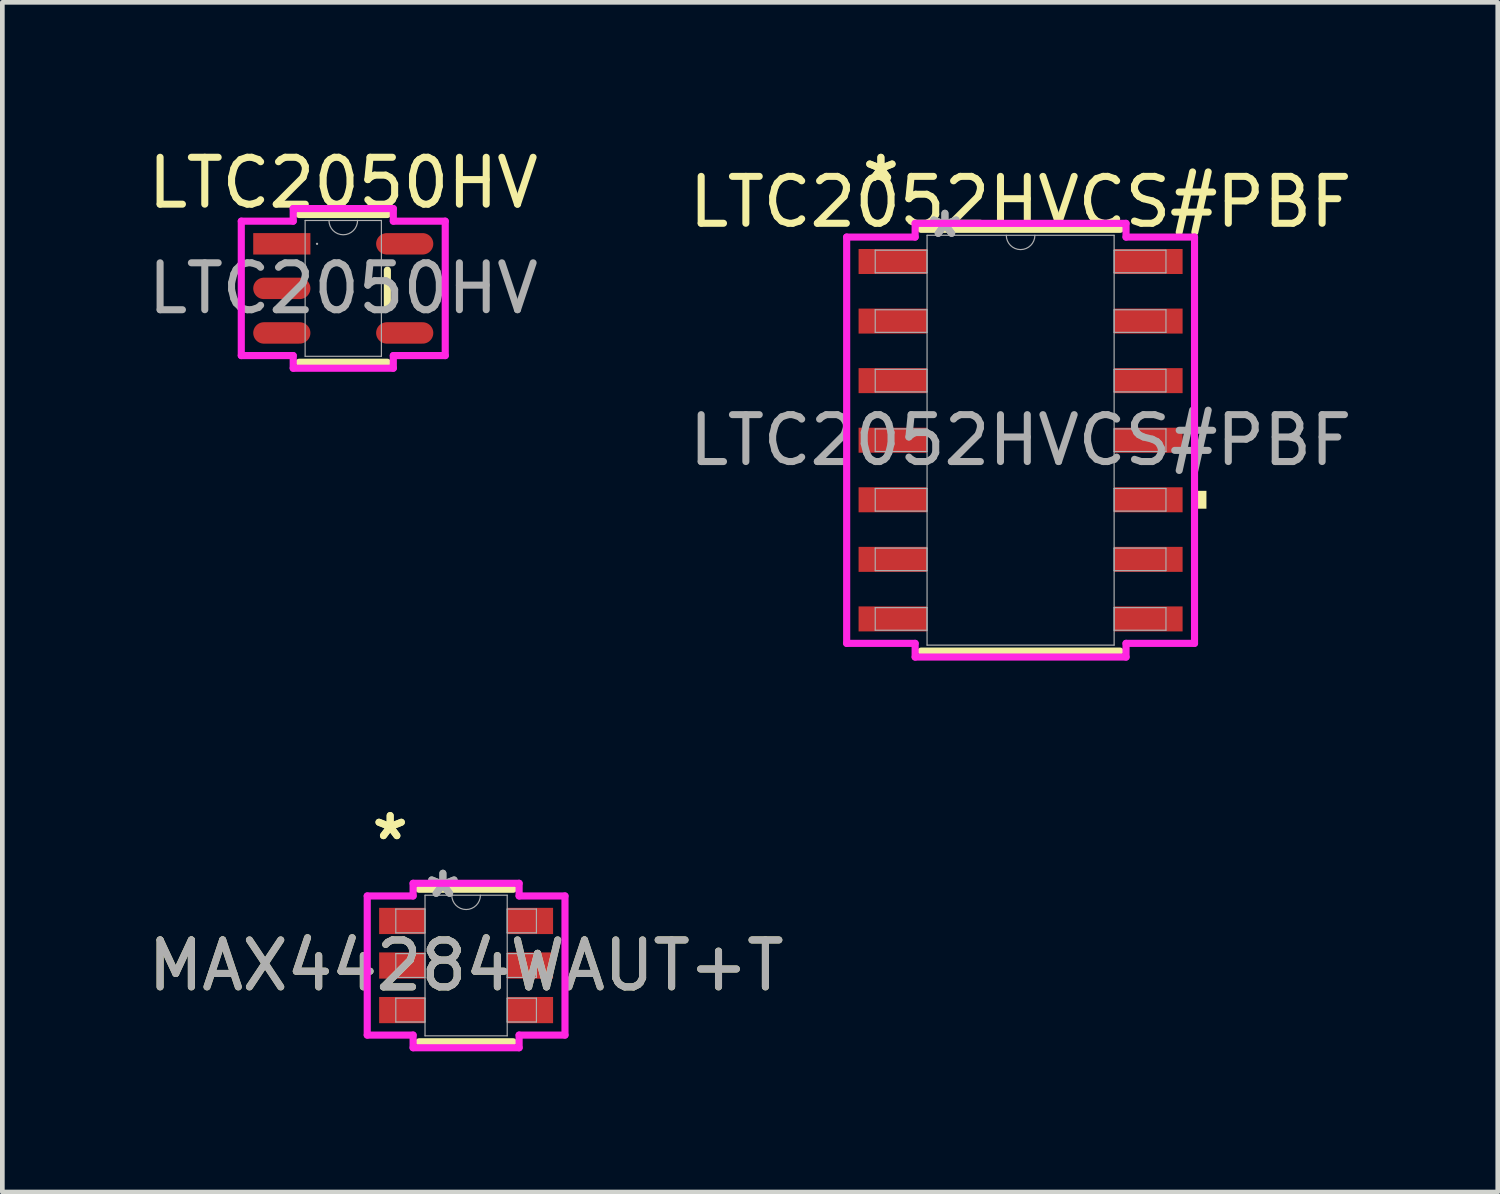
<source format=kicad_pcb>
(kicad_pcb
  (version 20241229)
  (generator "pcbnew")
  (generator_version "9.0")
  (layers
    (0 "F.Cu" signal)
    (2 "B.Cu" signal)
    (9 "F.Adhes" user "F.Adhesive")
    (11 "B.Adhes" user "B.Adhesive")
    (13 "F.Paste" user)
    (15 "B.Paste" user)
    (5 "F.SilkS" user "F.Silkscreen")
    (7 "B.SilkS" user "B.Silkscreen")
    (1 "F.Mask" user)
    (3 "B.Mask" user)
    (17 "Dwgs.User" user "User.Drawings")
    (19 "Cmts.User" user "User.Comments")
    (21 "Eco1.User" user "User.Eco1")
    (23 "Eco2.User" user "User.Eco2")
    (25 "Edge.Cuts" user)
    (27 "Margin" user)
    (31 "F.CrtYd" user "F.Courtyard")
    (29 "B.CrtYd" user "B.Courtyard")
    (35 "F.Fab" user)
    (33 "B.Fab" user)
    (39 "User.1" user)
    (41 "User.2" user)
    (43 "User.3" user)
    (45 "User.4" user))
  (footprint "LTC2052HVCS#PBF"
    (layer "F.Cu")
    (at 18.708 6.335)
    (property "Reference" "LTC2052HVCS#PBF" (at 0 -5.08 0) (unlocked yes) (layer "F.SilkS") (effects (font (size 1 1) (thickness 0.15))))
    (attr smd)
    (fp_line (start -2.121 4.496) (end 2.121 4.496) (stroke (width 0.152) (type solid)) (layer "F.SilkS"))
    (fp_line (start 2.121 -4.496) (end -2.121 -4.496) (stroke (width 0.152) (type solid)) (layer "F.SilkS"))
    (fp_poly (pts (xy 3.962 1.079) (xy 3.962 1.46) (xy 3.708 1.46) (xy 3.708 1.079)) (stroke (width 0) (type solid)) (fill yes) (layer "F.SilkS"))
    (fp_line (start -3.708 -4.331) (end -2.248 -4.331) (stroke (width 0.152) (type solid)) (layer "F.CrtYd"))
    (fp_line (start -3.708 4.331) (end -3.708 -4.331) (stroke (width 0.152) (type solid)) (layer "F.CrtYd"))
    (fp_line (start -3.708 4.331) (end -2.248 4.331) (stroke (width 0.152) (type solid)) (layer "F.CrtYd"))
    (fp_line (start -2.248 -4.623) (end 2.248 -4.623) (stroke (width 0.152) (type solid)) (layer "F.CrtYd"))
    (fp_line (start -2.248 -4.331) (end -2.248 -4.623) (stroke (width 0.152) (type solid)) (layer "F.CrtYd"))
    (fp_line (start -2.248 4.623) (end -2.248 4.331) (stroke (width 0.152) (type solid)) (layer "F.CrtYd"))
    (fp_line (start 2.248 -4.623) (end 2.248 -4.331) (stroke (width 0.152) (type solid)) (layer "F.CrtYd"))
    (fp_line (start 2.248 4.331) (end 2.248 4.623) (stroke (width 0.152) (type solid)) (layer "F.CrtYd"))
    (fp_line (start 2.248 4.623) (end -2.248 4.623) (stroke (width 0.152) (type solid)) (layer "F.CrtYd"))
    (fp_line (start 3.708 -4.331) (end 2.248 -4.331) (stroke (width 0.152) (type solid)) (layer "F.CrtYd"))
    (fp_line (start 3.708 -4.331) (end 3.708 4.331) (stroke (width 0.152) (type solid)) (layer "F.CrtYd"))
    (fp_line (start 3.708 4.331) (end 2.248 4.331) (stroke (width 0.152) (type solid)) (layer "F.CrtYd"))
    (fp_line (start -3.099 -4.051) (end -3.099 -3.569) (stroke (width 0.025) (type solid)) (layer "F.Fab"))
    (fp_line (start -3.099 -3.569) (end -1.994 -3.569) (stroke (width 0.025) (type solid)) (layer "F.Fab"))
    (fp_line (start -3.099 -2.781) (end -3.099 -2.299) (stroke (width 0.025) (type solid)) (layer "F.Fab"))
    (fp_line (start -3.099 -2.299) (end -1.994 -2.299) (stroke (width 0.025) (type solid)) (layer "F.Fab"))
    (fp_line (start -3.099 -1.511) (end -3.099 -1.029) (stroke (width 0.025) (type solid)) (layer "F.Fab"))
    (fp_line (start -3.099 -1.029) (end -1.994 -1.029) (stroke (width 0.025) (type solid)) (layer "F.Fab"))
    (fp_line (start -3.099 -0.241) (end -3.099 0.241) (stroke (width 0.025) (type solid)) (layer "F.Fab"))
    (fp_line (start -3.099 0.241) (end -1.994 0.241) (stroke (width 0.025) (type solid)) (layer "F.Fab"))
    (fp_line (start -3.099 1.029) (end -3.099 1.511) (stroke (width 0.025) (type solid)) (layer "F.Fab"))
    (fp_line (start -3.099 1.511) (end -1.994 1.511) (stroke (width 0.025) (type solid)) (layer "F.Fab"))
    (fp_line (start -3.099 2.299) (end -3.099 2.781) (stroke (width 0.025) (type solid)) (layer "F.Fab"))
    (fp_line (start -3.099 2.781) (end -1.994 2.781) (stroke (width 0.025) (type solid)) (layer "F.Fab"))
    (fp_line (start -3.099 3.569) (end -3.099 4.051) (stroke (width 0.025) (type solid)) (layer "F.Fab"))
    (fp_line (start -3.099 4.051) (end -1.994 4.051) (stroke (width 0.025) (type solid)) (layer "F.Fab"))
    (fp_line (start -1.994 -4.369) (end -1.994 4.369) (stroke (width 0.025) (type solid)) (layer "F.Fab"))
    (fp_line (start -1.994 -4.051) (end -3.099 -4.051) (stroke (width 0.025) (type solid)) (layer "F.Fab"))
    (fp_line (start -1.994 -3.569) (end -1.994 -4.051) (stroke (width 0.025) (type solid)) (layer "F.Fab"))
    (fp_line (start -1.994 -2.781) (end -3.099 -2.781) (stroke (width 0.025) (type solid)) (layer "F.Fab"))
    (fp_line (start -1.994 -2.299) (end -1.994 -2.781) (stroke (width 0.025) (type solid)) (layer "F.Fab"))
    (fp_line (start -1.994 -1.511) (end -3.099 -1.511) (stroke (width 0.025) (type solid)) (layer "F.Fab"))
    (fp_line (start -1.994 -1.029) (end -1.994 -1.511) (stroke (width 0.025) (type solid)) (layer "F.Fab"))
    (fp_line (start -1.994 -0.241) (end -3.099 -0.241) (stroke (width 0.025) (type solid)) (layer "F.Fab"))
    (fp_line (start -1.994 0.241) (end -1.994 -0.241) (stroke (width 0.025) (type solid)) (layer "F.Fab"))
    (fp_line (start -1.994 1.029) (end -3.099 1.029) (stroke (width 0.025) (type solid)) (layer "F.Fab"))
    (fp_line (start -1.994 1.511) (end -1.994 1.029) (stroke (width 0.025) (type solid)) (layer "F.Fab"))
    (fp_line (start -1.994 2.299) (end -3.099 2.299) (stroke (width 0.025) (type solid)) (layer "F.Fab"))
    (fp_line (start -1.994 2.781) (end -1.994 2.299) (stroke (width 0.025) (type solid)) (layer "F.Fab"))
    (fp_line (start -1.994 3.569) (end -3.099 3.569) (stroke (width 0.025) (type solid)) (layer "F.Fab"))
    (fp_line (start -1.994 4.051) (end -1.994 3.569) (stroke (width 0.025) (type solid)) (layer "F.Fab"))
    (fp_line (start -1.994 4.369) (end 1.994 4.369) (stroke (width 0.025) (type solid)) (layer "F.Fab"))
    (fp_line (start 1.994 -4.369) (end -1.994 -4.369) (stroke (width 0.025) (type solid)) (layer "F.Fab"))
    (fp_line (start 1.994 -4.051) (end 1.994 -3.569) (stroke (width 0.025) (type solid)) (layer "F.Fab"))
    (fp_line (start 1.994 -3.569) (end 3.099 -3.569) (stroke (width 0.025) (type solid)) (layer "F.Fab"))
    (fp_line (start 1.994 -2.781) (end 1.994 -2.299) (stroke (width 0.025) (type solid)) (layer "F.Fab"))
    (fp_line (start 1.994 -2.299) (end 3.099 -2.299) (stroke (width 0.025) (type solid)) (layer "F.Fab"))
    (fp_line (start 1.994 -1.511) (end 1.994 -1.029) (stroke (width 0.025) (type solid)) (layer "F.Fab"))
    (fp_line (start 1.994 -1.029) (end 3.099 -1.029) (stroke (width 0.025) (type solid)) (layer "F.Fab"))
    (fp_line (start 1.994 -0.241) (end 1.994 0.241) (stroke (width 0.025) (type solid)) (layer "F.Fab"))
    (fp_line (start 1.994 0.241) (end 3.099 0.241) (stroke (width 0.025) (type solid)) (layer "F.Fab"))
    (fp_line (start 1.994 1.029) (end 1.994 1.511) (stroke (width 0.025) (type solid)) (layer "F.Fab"))
    (fp_line (start 1.994 1.511) (end 3.099 1.511) (stroke (width 0.025) (type solid)) (layer "F.Fab"))
    (fp_line (start 1.994 2.299) (end 1.994 2.781) (stroke (width 0.025) (type solid)) (layer "F.Fab"))
    (fp_line (start 1.994 2.781) (end 3.099 2.781) (stroke (width 0.025) (type solid)) (layer "F.Fab"))
    (fp_line (start 1.994 3.569) (end 1.994 4.051) (stroke (width 0.025) (type solid)) (layer "F.Fab"))
    (fp_line (start 1.994 4.051) (end 3.099 4.051) (stroke (width 0.025) (type solid)) (layer "F.Fab"))
    (fp_line (start 1.994 4.369) (end 1.994 -4.369) (stroke (width 0.025) (type solid)) (layer "F.Fab"))
    (fp_line (start 3.099 -4.051) (end 1.994 -4.051) (stroke (width 0.025) (type solid)) (layer "F.Fab"))
    (fp_line (start 3.099 -3.569) (end 3.099 -4.051) (stroke (width 0.025) (type solid)) (layer "F.Fab"))
    (fp_line (start 3.099 -2.781) (end 1.994 -2.781) (stroke (width 0.025) (type solid)) (layer "F.Fab"))
    (fp_line (start 3.099 -2.299) (end 3.099 -2.781) (stroke (width 0.025) (type solid)) (layer "F.Fab"))
    (fp_line (start 3.099 -1.511) (end 1.994 -1.511) (stroke (width 0.025) (type solid)) (layer "F.Fab"))
    (fp_line (start 3.099 -1.029) (end 3.099 -1.511) (stroke (width 0.025) (type solid)) (layer "F.Fab"))
    (fp_line (start 3.099 -0.241) (end 1.994 -0.241) (stroke (width 0.025) (type solid)) (layer "F.Fab"))
    (fp_line (start 3.099 0.241) (end 3.099 -0.241) (stroke (width 0.025) (type solid)) (layer "F.Fab"))
    (fp_line (start 3.099 1.029) (end 1.994 1.029) (stroke (width 0.025) (type solid)) (layer "F.Fab"))
    (fp_line (start 3.099 1.511) (end 3.099 1.029) (stroke (width 0.025) (type solid)) (layer "F.Fab"))
    (fp_line (start 3.099 2.299) (end 1.994 2.299) (stroke (width 0.025) (type solid)) (layer "F.Fab"))
    (fp_line (start 3.099 2.781) (end 3.099 2.299) (stroke (width 0.025) (type solid)) (layer "F.Fab"))
    (fp_line (start 3.099 3.569) (end 1.994 3.569) (stroke (width 0.025) (type solid)) (layer "F.Fab"))
    (fp_line (start 3.099 4.051) (end 3.099 3.569) (stroke (width 0.025) (type solid)) (layer "F.Fab"))
    (fp_arc (start 0.3048 -4.3688) (mid 0 -4.064) (end -0.3048 -4.3688) (stroke (width 0.0254) (type solid)) (layer "F.Fab"))
    (fp_text user "*" (at -2.978 -5.486 0) (layer "F.SilkS") (effects (font (size 1 1) (thickness 0.15))))
    (fp_text user "*" (at -2.978 -5.486 0) (unlocked yes) (layer "F.SilkS") (effects (font (size 1 1) (thickness 0.15))))
    (fp_text user "${REFERENCE}" (at 0 0 0) (unlocked yes) (layer "F.Fab") (effects (font (size 1 1) (thickness 0.15))))
    (fp_text user "*" (at -1.613 -4.293 0) (layer "F.Fab") (effects (font (size 1 1) (thickness 0.15))))
    (fp_text user "*" (at -1.613 -4.293 0) (unlocked yes) (layer "F.Fab") (effects (font (size 1 1) (thickness 0.15))))
    (pad "1" smd rect (at -2.724 -3.81) (size 1.46 0.533) (layers "F.Cu" "F.Mask" "F.Paste"))
    (pad "2" smd rect (at -2.724 -2.54) (size 1.46 0.533) (layers "F.Cu" "F.Mask" "F.Paste"))
    (pad "3" smd rect (at -2.724 -1.27) (size 1.46 0.533) (layers "F.Cu" "F.Mask" "F.Paste"))
    (pad "4" smd rect (at -2.724 0) (size 1.46 0.533) (layers "F.Cu" "F.Mask" "F.Paste"))
    (pad "5" smd rect (at -2.724 1.27) (size 1.46 0.533) (layers "F.Cu" "F.Mask" "F.Paste"))
    (pad "6" smd rect (at -2.724 2.54) (size 1.46 0.533) (layers "F.Cu" "F.Mask" "F.Paste"))
    (pad "7" smd rect (at -2.724 3.81) (size 1.46 0.533) (layers "F.Cu" "F.Mask" "F.Paste"))
    (pad "8" smd rect (at 2.724 3.81) (size 1.46 0.533) (layers "F.Cu" "F.Mask" "F.Paste"))
    (pad "9" smd rect (at 2.724 2.54) (size 1.46 0.533) (layers "F.Cu" "F.Mask" "F.Paste"))
    (pad "10" smd rect (at 2.724 1.27) (size 1.46 0.533) (layers "F.Cu" "F.Mask" "F.Paste"))
    (pad "11" smd rect (at 2.724 0) (size 1.46 0.533) (layers "F.Cu" "F.Mask" "F.Paste"))
    (pad "12" smd rect (at 2.724 -1.27) (size 1.46 0.533) (layers "F.Cu" "F.Mask" "F.Paste"))
    (pad "13" smd rect (at 2.724 -2.54) (size 1.46 0.533) (layers "F.Cu" "F.Mask" "F.Paste"))
    (pad "14" smd rect (at 2.724 -3.81) (size 1.46 0.533) (layers "F.Cu" "F.Mask" "F.Paste")))
  (footprint "LTC2050HV"
    (layer "F.Cu")
    (at 4.268 3.098)
    (property "Reference" "LTC2050HV" (at 0 -2.25 0) (unlocked yes) (layer "F.SilkS") (effects (font (size 1 1) (thickness 0.15))))
    (attr smd)
    (fp_line (start -0.94 1.575) (end 0.94 1.575) (stroke (width 0.152) (type solid)) (layer "F.SilkS"))
    (fp_line (start 0.94 -1.575) (end -0.94 -1.575) (stroke (width 0.152) (type solid)) (layer "F.SilkS"))
    (fp_line (start 0.94 0.389) (end 0.94 -0.389) (stroke (width 0.152) (type solid)) (layer "F.SilkS"))
    (fp_line (start -2.174 -1.433) (end -1.067 -1.433) (stroke (width 0.152) (type solid)) (layer "F.CrtYd"))
    (fp_line (start -2.174 1.433) (end -2.174 -1.433) (stroke (width 0.152) (type solid)) (layer "F.CrtYd"))
    (fp_line (start -2.174 1.433) (end -1.067 1.433) (stroke (width 0.152) (type solid)) (layer "F.CrtYd"))
    (fp_line (start -1.067 -1.702) (end 1.067 -1.702) (stroke (width 0.152) (type solid)) (layer "F.CrtYd"))
    (fp_line (start -1.067 -1.433) (end -1.067 -1.702) (stroke (width 0.152) (type solid)) (layer "F.CrtYd"))
    (fp_line (start -1.067 1.702) (end -1.067 1.433) (stroke (width 0.152) (type solid)) (layer "F.CrtYd"))
    (fp_line (start 1.067 -1.702) (end 1.067 -1.433) (stroke (width 0.152) (type solid)) (layer "F.CrtYd"))
    (fp_line (start 1.067 1.433) (end 1.067 1.702) (stroke (width 0.152) (type solid)) (layer "F.CrtYd"))
    (fp_line (start 1.067 1.702) (end -1.067 1.702) (stroke (width 0.152) (type solid)) (layer "F.CrtYd"))
    (fp_line (start 2.174 -1.433) (end 1.067 -1.433) (stroke (width 0.152) (type solid)) (layer "F.CrtYd"))
    (fp_line (start 2.174 -1.433) (end 2.174 1.433) (stroke (width 0.152) (type solid)) (layer "F.CrtYd"))
    (fp_line (start 2.174 1.433) (end 1.067 1.433) (stroke (width 0.152) (type solid)) (layer "F.CrtYd"))
    (fp_line (start -0.813 -1.448) (end -0.813 1.448) (stroke (width 0.025) (type solid)) (layer "F.Fab"))
    (fp_line (start -0.813 1.448) (end 0.813 1.448) (stroke (width 0.025) (type solid)) (layer "F.Fab"))
    (fp_line (start 0.813 -1.448) (end -0.813 -1.448) (stroke (width 0.025) (type solid)) (layer "F.Fab"))
    (fp_line (start 0.813 1.448) (end 0.813 -1.448) (stroke (width 0.025) (type solid)) (layer "F.Fab"))
    (fp_arc (start 0.3048 -1.4478) (mid 0 -1.143) (end -0.3048 -1.4478) (stroke (width 0.0254) (type solid)) (layer "F.Fab"))
    (fp_circle (center -0.559 -0.95) (end -0.559 -0.95) (stroke (width 0.025) (type solid)) (fill no) (layer "F.Fab"))
    (fp_text user "${REFERENCE}" (at 0 0 0) (unlocked yes) (layer "F.Fab") (effects (font (size 1 1) (thickness 0.15))))
    (pad "1" smd rect (at -1.31 -0.95) (size 1.219 0.457) (layers "F.Cu" "F.Mask" "F.Paste"))
    (pad "2" smd oval (at -1.31 0) (size 1.219 0.457) (layers "F.Cu" "F.Mask" "F.Paste"))
    (pad "3" smd oval (at -1.31 0.95) (size 1.219 0.457) (layers "F.Cu" "F.Mask" "F.Paste"))
    (pad "4" smd oval (at 1.31 0.95) (size 1.219 0.457) (layers "F.Cu" "F.Mask" "F.Paste"))
    (pad "5" smd oval (at 1.31 -0.95) (size 1.219 0.457) (layers "F.Cu" "F.Mask" "F.Paste")))
  (footprint "MAX44284WAUT+T"
    (layer "F.Cu")
    (at 6.887 17.534)
    (property "Reference" "MAX44284WAUT+T" (at 0 0 0) (unlocked yes) (layer "F.SilkS") (effects (font (size 1 1) (thickness 0.15))))
    (attr smd)
    (fp_line (start -1.003 1.626) (end 1.003 1.626) (stroke (width 0.152) (type solid)) (layer "F.SilkS"))
    (fp_line (start 1.003 -1.626) (end -1.003 -1.626) (stroke (width 0.152) (type solid)) (layer "F.SilkS"))
    (fp_line (start -2.108 -1.483) (end -1.13 -1.483) (stroke (width 0.152) (type solid)) (layer "F.CrtYd"))
    (fp_line (start -2.108 1.483) (end -2.108 -1.483) (stroke (width 0.152) (type solid)) (layer "F.CrtYd"))
    (fp_line (start -2.108 1.483) (end -1.13 1.483) (stroke (width 0.152) (type solid)) (layer "F.CrtYd"))
    (fp_line (start -1.13 -1.753) (end 1.13 -1.753) (stroke (width 0.152) (type solid)) (layer "F.CrtYd"))
    (fp_line (start -1.13 -1.483) (end -1.13 -1.753) (stroke (width 0.152) (type solid)) (layer "F.CrtYd"))
    (fp_line (start -1.13 1.753) (end -1.13 1.483) (stroke (width 0.152) (type solid)) (layer "F.CrtYd"))
    (fp_line (start 1.13 -1.753) (end 1.13 -1.483) (stroke (width 0.152) (type solid)) (layer "F.CrtYd"))
    (fp_line (start 1.13 1.483) (end 1.13 1.753) (stroke (width 0.152) (type solid)) (layer "F.CrtYd"))
    (fp_line (start 1.13 1.753) (end -1.13 1.753) (stroke (width 0.152) (type solid)) (layer "F.CrtYd"))
    (fp_line (start 2.108 -1.483) (end 1.13 -1.483) (stroke (width 0.152) (type solid)) (layer "F.CrtYd"))
    (fp_line (start 2.108 -1.483) (end 2.108 1.483) (stroke (width 0.152) (type solid)) (layer "F.CrtYd"))
    (fp_line (start 2.108 1.483) (end 1.13 1.483) (stroke (width 0.152) (type solid)) (layer "F.CrtYd"))
    (fp_line (start -1.499 -1.204) (end -1.499 -0.696) (stroke (width 0.025) (type solid)) (layer "F.Fab"))
    (fp_line (start -1.499 -0.696) (end -0.876 -0.696) (stroke (width 0.025) (type solid)) (layer "F.Fab"))
    (fp_line (start -1.499 -0.254) (end -1.499 0.254) (stroke (width 0.025) (type solid)) (layer "F.Fab"))
    (fp_line (start -1.499 0.254) (end -0.876 0.254) (stroke (width 0.025) (type solid)) (layer "F.Fab"))
    (fp_line (start -1.499 0.696) (end -1.499 1.204) (stroke (width 0.025) (type solid)) (layer "F.Fab"))
    (fp_line (start -1.499 1.204) (end -0.876 1.204) (stroke (width 0.025) (type solid)) (layer "F.Fab"))
    (fp_line (start -0.876 -1.499) (end -0.876 1.499) (stroke (width 0.025) (type solid)) (layer "F.Fab"))
    (fp_line (start -0.876 -1.204) (end -1.499 -1.204) (stroke (width 0.025) (type solid)) (layer "F.Fab"))
    (fp_line (start -0.876 -0.696) (end -0.876 -1.204) (stroke (width 0.025) (type solid)) (layer "F.Fab"))
    (fp_line (start -0.876 -0.254) (end -1.499 -0.254) (stroke (width 0.025) (type solid)) (layer "F.Fab"))
    (fp_line (start -0.876 0.254) (end -0.876 -0.254) (stroke (width 0.025) (type solid)) (layer "F.Fab"))
    (fp_line (start -0.876 0.696) (end -1.499 0.696) (stroke (width 0.025) (type solid)) (layer "F.Fab"))
    (fp_line (start -0.876 1.204) (end -0.876 0.696) (stroke (width 0.025) (type solid)) (layer "F.Fab"))
    (fp_line (start -0.876 1.499) (end 0.876 1.499) (stroke (width 0.025) (type solid)) (layer "F.Fab"))
    (fp_line (start 0.876 -1.499) (end -0.876 -1.499) (stroke (width 0.025) (type solid)) (layer "F.Fab"))
    (fp_line (start 0.876 -1.204) (end 0.876 -0.696) (stroke (width 0.025) (type solid)) (layer "F.Fab"))
    (fp_line (start 0.876 -0.696) (end 1.499 -0.696) (stroke (width 0.025) (type solid)) (layer "F.Fab"))
    (fp_line (start 0.876 -0.254) (end 0.876 0.254) (stroke (width 0.025) (type solid)) (layer "F.Fab"))
    (fp_line (start 0.876 0.254) (end 1.499 0.254) (stroke (width 0.025) (type solid)) (layer "F.Fab"))
    (fp_line (start 0.876 0.696) (end 0.876 1.204) (stroke (width 0.025) (type solid)) (layer "F.Fab"))
    (fp_line (start 0.876 1.204) (end 1.499 1.204) (stroke (width 0.025) (type solid)) (layer "F.Fab"))
    (fp_line (start 0.876 1.499) (end 0.876 -1.499) (stroke (width 0.025) (type solid)) (layer "F.Fab"))
    (fp_line (start 1.499 -1.204) (end 0.876 -1.204) (stroke (width 0.025) (type solid)) (layer "F.Fab"))
    (fp_line (start 1.499 -0.696) (end 1.499 -1.204) (stroke (width 0.025) (type solid)) (layer "F.Fab"))
    (fp_line (start 1.499 -0.254) (end 0.876 -0.254) (stroke (width 0.025) (type solid)) (layer "F.Fab"))
    (fp_line (start 1.499 0.254) (end 1.499 -0.254) (stroke (width 0.025) (type solid)) (layer "F.Fab"))
    (fp_line (start 1.499 0.696) (end 0.876 0.696) (stroke (width 0.025) (type solid)) (layer "F.Fab"))
    (fp_line (start 1.499 1.204) (end 1.499 0.696) (stroke (width 0.025) (type solid)) (layer "F.Fab"))
    (fp_arc (start 0.3048 -1.4986) (mid 0 -1.1938) (end -0.3048 -1.4986) (stroke (width 0.0254) (type solid)) (layer "F.Fab"))
    (fp_text user "*" (at -1.619 -2.652 0) (unlocked yes) (layer "F.SilkS") (effects (font (size 1 1) (thickness 0.15))))
    (fp_text user "*" (at -1.619 -2.652 0) (layer "F.SilkS") (effects (font (size 1 1) (thickness 0.15))))
    (fp_text user "*" (at -0.495 -1.422 0) (unlocked yes) (layer "F.Fab") (effects (font (size 1 1) (thickness 0.15))))
    (fp_text user "${REFERENCE}" (at 0 0 0) (unlocked yes) (layer "F.Fab") (effects (font (size 1 1) (thickness 0.15))))
    (fp_text user "*" (at -0.495 -1.422 0) (layer "F.Fab") (effects (font (size 1 1) (thickness 0.15))))
    (pad "1" smd rect (at -1.365 -0.95) (size 0.978 0.559) (layers "F.Cu" "F.Mask" "F.Paste"))
    (pad "2" smd rect (at -1.365 0) (size 0.978 0.559) (layers "F.Cu" "F.Mask" "F.Paste"))
    (pad "3" smd rect (at -1.365 0.95) (size 0.978 0.559) (layers "F.Cu" "F.Mask" "F.Paste"))
    (pad "4" smd rect (at 1.365 0.95) (size 0.978 0.559) (layers "F.Cu" "F.Mask" "F.Paste"))
    (pad "5" smd rect (at 1.365 0) (size 0.978 0.559) (layers "F.Cu" "F.Mask" "F.Paste"))
    (pad "6" smd rect (at 1.365 -0.95) (size 0.978 0.559) (layers "F.Cu" "F.Mask" "F.Paste")))
  (gr_rect
    (start -3 -3)
    (end 28.881 22.363)
    (stroke (width 0.1) (type default))
    (fill no)
    (layer "Edge.Cuts")))
</source>
